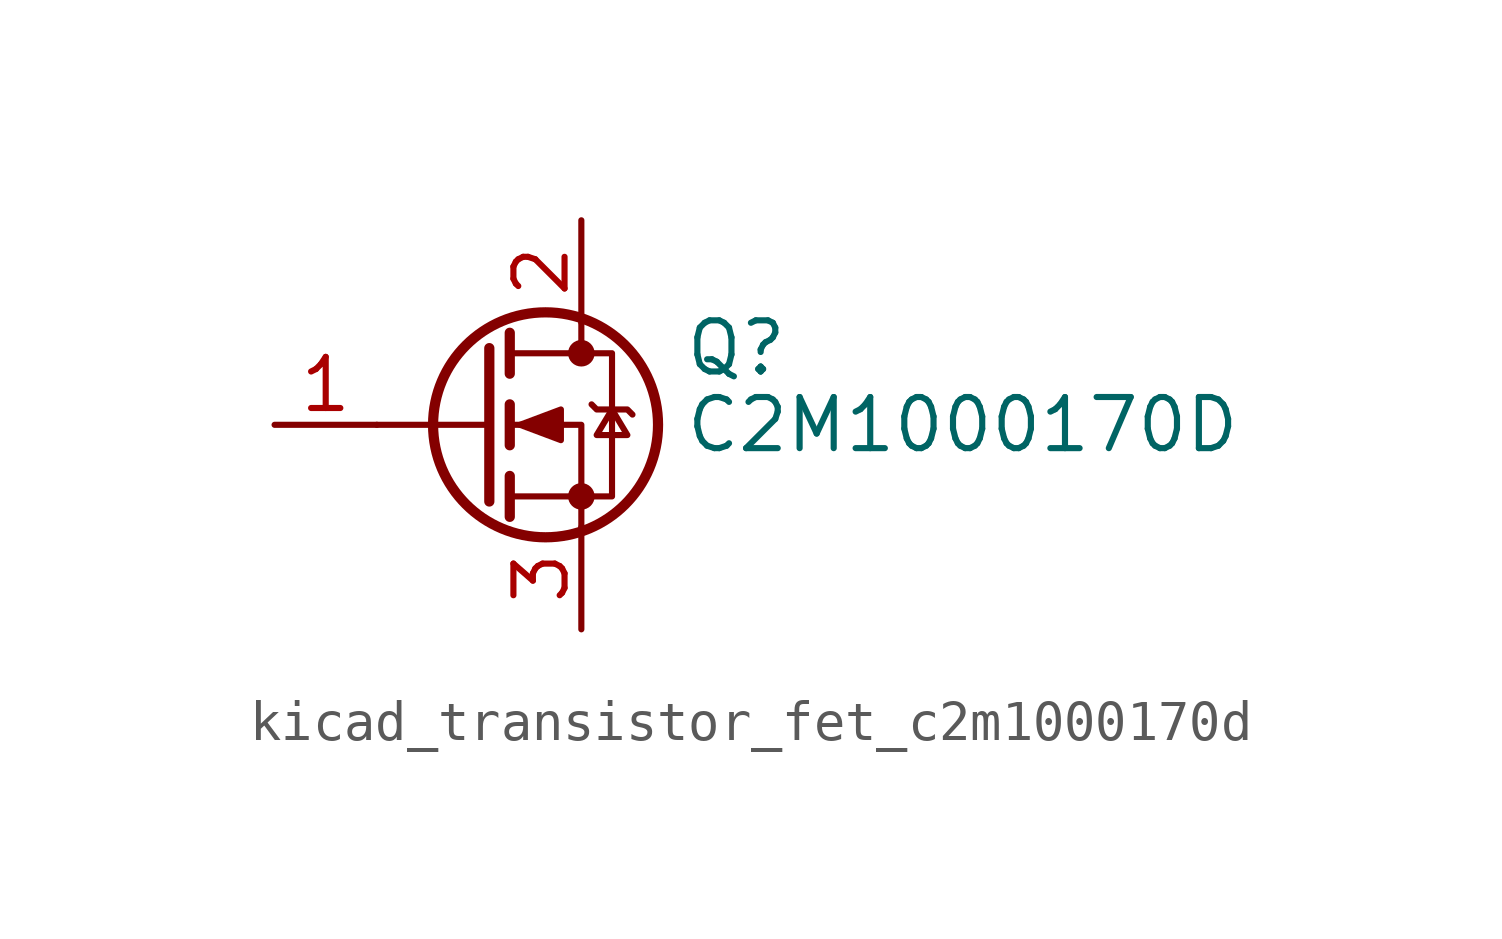
<source format=kicad_sym>
(kicad_symbol_lib
  (version 20220914)
  (generator kicad_symbol_editor)
  (symbol "kicad_transistor_fet_c2m1000170d"
    (pin_names hide)
    (property "Reference" "Q"
      (at 5.08 1.905 0)
      (effects (font (size 1.27 1.27)) (justify left)))
    (property "Value" "C2M1000170D"
      (at 5.08 0 0)
      (effects (font (size 1.27 1.27)) (justify left)))
    (symbol "kicad_transistor_fet_c2m1000170d_0_1"
      (polyline (pts (xy 0.254 0) (xy -2.54 0)) (stroke (width 0) (type default)) (fill (type none)))
      (polyline (pts (xy 0.254 1.905) (xy 0.254 -1.905)) (stroke (width 0.254) (type default)) (fill (type none)))
      (polyline (pts (xy 0.762 -1.27) (xy 0.762 -2.286)) (stroke (width 0.254) (type default)) (fill (type none)))
      (polyline (pts (xy 0.762 0.508) (xy 0.762 -0.508)) (stroke (width 0.254) (type default)) (fill (type none)))
      (polyline (pts (xy 0.762 2.286) (xy 0.762 1.27)) (stroke (width 0.254) (type default)) (fill (type none)))
      (polyline (pts (xy 2.54 2.54) (xy 2.54 1.778)) (stroke (width 0) (type default)) (fill (type none)))
      (polyline (pts (xy 2.54 -2.54) (xy 2.54 0) (xy 0.762 0)) (stroke (width 0) (type default)) (fill (type none)))
      (polyline (pts (xy 0.762 -1.778) (xy 3.302 -1.778) (xy 3.302 1.778) (xy 0.762 1.778)) (stroke (width 0) (type default)) (fill (type none)))
      (polyline (pts (xy 1.016 0) (xy 2.032 0.381) (xy 2.032 -0.381) (xy 1.016 0)) (stroke (width 0) (type default)) (fill (type outline)))
      (polyline (pts (xy 2.794 0.508) (xy 2.921 0.381) (xy 3.683 0.381) (xy 3.81 0.254)) (stroke (width 0) (type default)) (fill (type none)))
      (polyline (pts (xy 3.302 0.381) (xy 2.921 -0.254) (xy 3.683 -0.254) (xy 3.302 0.381)) (stroke (width 0) (type default)) (fill (type none)))
      (circle (center 1.651 0) (radius 2.794) (stroke (width 0.254) (type default)) (fill (type none)))
      (circle (center 2.54 -1.778) (radius 0.254) (stroke (width 0) (type default)) (fill (type outline)))
      (circle (center 2.54 1.778) (radius 0.254) (stroke (width 0) (type default)) (fill (type outline))))
    (symbol "kicad_transistor_fet_c2m1000170d_1_1"
      (pin input line (at -5.08 0 0) (length 2.54) (name "G" (effects (font (size 1.27 1.27)))) (number "1" (effects (font (size 1.27 1.27)))))
      (pin passive line (at 2.54 5.08 270) (length 2.54) (name "D" (effects (font (size 1.27 1.27)))) (number "2" (effects (font (size 1.27 1.27)))))
      (pin passive line (at 2.54 -5.08 90) (length 2.54) (name "S" (effects (font (size 1.27 1.27)))) (number "3" (effects (font (size 1.27 1.27))))))))
</source>
